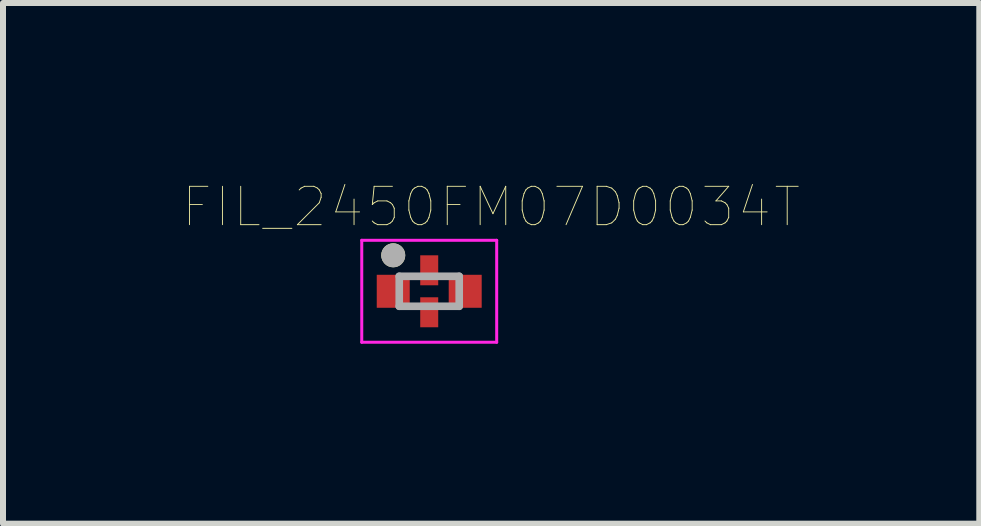
<source format=kicad_pcb>
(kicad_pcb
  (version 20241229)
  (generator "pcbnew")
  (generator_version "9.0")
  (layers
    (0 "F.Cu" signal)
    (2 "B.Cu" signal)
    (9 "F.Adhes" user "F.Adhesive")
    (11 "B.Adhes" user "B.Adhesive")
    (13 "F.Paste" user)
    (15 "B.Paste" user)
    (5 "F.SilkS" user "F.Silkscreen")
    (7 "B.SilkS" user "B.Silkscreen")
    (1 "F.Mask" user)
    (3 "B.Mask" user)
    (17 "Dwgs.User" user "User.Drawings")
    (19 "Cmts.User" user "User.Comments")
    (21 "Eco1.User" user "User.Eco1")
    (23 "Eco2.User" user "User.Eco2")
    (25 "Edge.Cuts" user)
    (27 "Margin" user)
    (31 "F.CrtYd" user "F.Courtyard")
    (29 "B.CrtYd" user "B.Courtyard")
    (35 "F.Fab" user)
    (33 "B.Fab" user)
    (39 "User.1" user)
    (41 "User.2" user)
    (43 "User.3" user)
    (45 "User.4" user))
  (footprint "FIL_2450FM07D0034T"
    (layer "F.Cu")
    (at 4.107 1.807)
    (property "Reference" "FIL_2450FM07D0034T" (at 1.032 -1.406 0) (layer "F.SilkS") (effects (font (size 0.64 0.64) (thickness 0.015))))
    (attr through_hole)
    (fp_circle (center -0.6 -0.6) (end -0.5 -0.6) (stroke (width 0.2) (type solid)) (fill no) (layer "F.SilkS"))
    (fp_line (start -1.125 -0.85) (end -1.125 0.85) (stroke (width 0.05) (type solid)) (layer "F.CrtYd"))
    (fp_line (start -1.125 0.85) (end 1.125 0.85) (stroke (width 0.05) (type solid)) (layer "F.CrtYd"))
    (fp_line (start 1.125 -0.85) (end -1.125 -0.85) (stroke (width 0.05) (type solid)) (layer "F.CrtYd"))
    (fp_line (start 1.125 0.85) (end 1.125 -0.85) (stroke (width 0.05) (type solid)) (layer "F.CrtYd"))
    (fp_line (start -0.5 -0.25) (end -0.5 0.25) (stroke (width 0.127) (type solid)) (layer "F.Fab"))
    (fp_line (start -0.5 0.25) (end 0.5 0.25) (stroke (width 0.127) (type solid)) (layer "F.Fab"))
    (fp_line (start 0.5 -0.25) (end -0.5 -0.25) (stroke (width 0.127) (type solid)) (layer "F.Fab"))
    (fp_line (start 0.5 0.25) (end 0.5 -0.25) (stroke (width 0.127) (type solid)) (layer "F.Fab"))
    (fp_circle (center -0.6 -0.6) (end -0.5 -0.6) (stroke (width 0.2) (type solid)) (fill no) (layer "F.Fab"))
    (pad "1" smd rect (at -0.6 0) (size 0.55 0.55) (layers "F.Cu" "F.Mask" "F.Paste"))
    (pad "2" smd rect (at 0 0.35) (size 0.3 0.5) (layers "F.Cu" "F.Mask" "F.Paste"))
    (pad "3" smd rect (at 0.6 0) (size 0.55 0.55) (layers "F.Cu" "F.Mask" "F.Paste"))
    (pad "4" smd rect (at 0 -0.35) (size 0.3 0.5) (layers "F.Cu" "F.Mask" "F.Paste")))
  (gr_rect
    (start -3 -3)
    (end 13.279 5.682)
    (stroke (width 0.1) (type default))
    (fill no)
    (layer "Edge.Cuts")))
</source>
